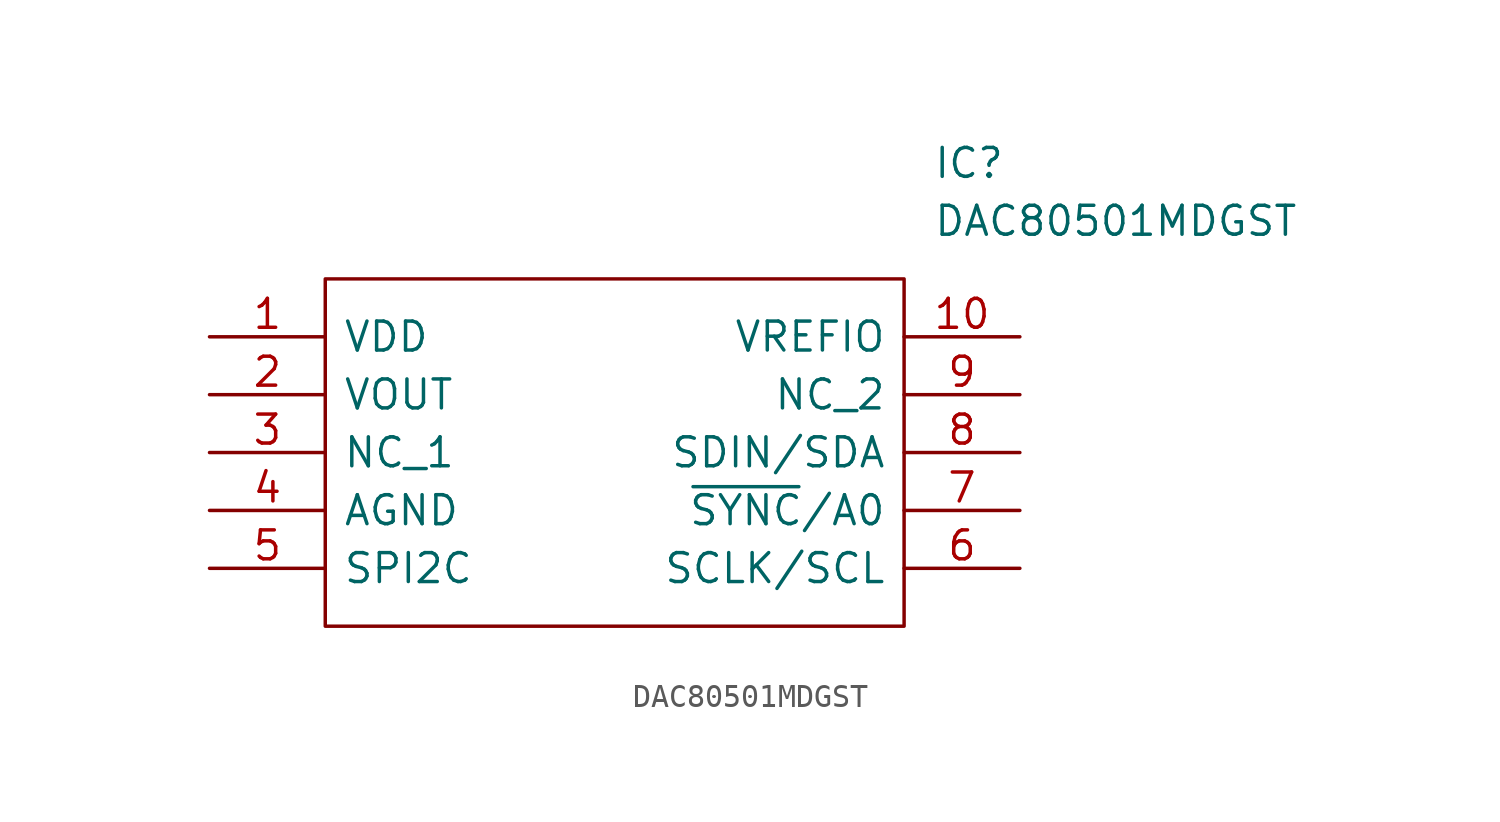
<source format=kicad_sym>
(kicad_symbol_lib
  (version 20211014)
  (generator kicad_symbol_editor)
  (symbol "DAC80501MDGST"
    (pin_names
      (offset 0.762))
    (property "Reference" "IC"
      (at 31.75 7.62 0)
      (effects (font (size 1.27 1.27)) (justify left)))
    (property "Value" "DAC80501MDGST"
      (at 31.75 5.08 0)
      (effects (font (size 1.27 1.27)) (justify left)))
    (symbol "DAC80501MDGST_0_0"
      (pin passive line (at 0 0 0) (length 5.08) (name "VDD" (effects (font (size 1.27 1.27)))) (number "1" (effects (font (size 1.27 1.27)))))
      (pin passive line (at 35.56 0 180) (length 5.08) (name "VREFIO" (effects (font (size 1.27 1.27)))) (number "10" (effects (font (size 1.27 1.27)))))
      (pin passive line (at 0 -2.54 0) (length 5.08) (name "VOUT" (effects (font (size 1.27 1.27)))) (number "2" (effects (font (size 1.27 1.27)))))
      (pin passive line (at 0 -5.08 0) (length 5.08) (name "NC_1" (effects (font (size 1.27 1.27)))) (number "3" (effects (font (size 1.27 1.27)))))
      (pin passive line (at 0 -7.62 0) (length 5.08) (name "AGND" (effects (font (size 1.27 1.27)))) (number "4" (effects (font (size 1.27 1.27)))))
      (pin passive line (at 0 -10.16 0) (length 5.08) (name "SPI2C" (effects (font (size 1.27 1.27)))) (number "5" (effects (font (size 1.27 1.27)))))
      (pin passive line (at 35.56 -10.16 180) (length 5.08) (name "SCLK/SCL" (effects (font (size 1.27 1.27)))) (number "6" (effects (font (size 1.27 1.27)))))
      (pin passive line (at 35.56 -7.62 180) (length 5.08) (name "~{SYNC}/A0" (effects (font (size 1.27 1.27)))) (number "7" (effects (font (size 1.27 1.27)))))
      (pin passive line (at 35.56 -5.08 180) (length 5.08) (name "SDIN/SDA" (effects (font (size 1.27 1.27)))) (number "8" (effects (font (size 1.27 1.27)))))
      (pin passive line (at 35.56 -2.54 180) (length 5.08) (name "NC_2" (effects (font (size 1.27 1.27)))) (number "9" (effects (font (size 1.27 1.27))))))
    (symbol "DAC80501MDGST_0_1"
      (polyline (pts (xy 5.08 2.54) (xy 30.48 2.54) (xy 30.48 -12.7) (xy 5.08 -12.7) (xy 5.08 2.54)) (stroke (width 0.152) (type default) (color 0 0 0 0)) (fill (type none))))))
</source>
